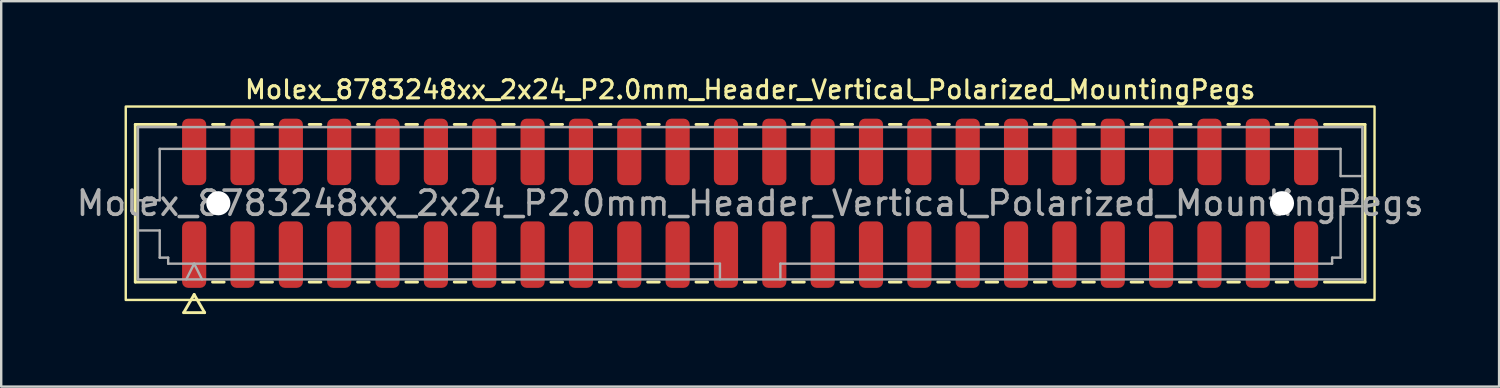
<source format=kicad_pcb>
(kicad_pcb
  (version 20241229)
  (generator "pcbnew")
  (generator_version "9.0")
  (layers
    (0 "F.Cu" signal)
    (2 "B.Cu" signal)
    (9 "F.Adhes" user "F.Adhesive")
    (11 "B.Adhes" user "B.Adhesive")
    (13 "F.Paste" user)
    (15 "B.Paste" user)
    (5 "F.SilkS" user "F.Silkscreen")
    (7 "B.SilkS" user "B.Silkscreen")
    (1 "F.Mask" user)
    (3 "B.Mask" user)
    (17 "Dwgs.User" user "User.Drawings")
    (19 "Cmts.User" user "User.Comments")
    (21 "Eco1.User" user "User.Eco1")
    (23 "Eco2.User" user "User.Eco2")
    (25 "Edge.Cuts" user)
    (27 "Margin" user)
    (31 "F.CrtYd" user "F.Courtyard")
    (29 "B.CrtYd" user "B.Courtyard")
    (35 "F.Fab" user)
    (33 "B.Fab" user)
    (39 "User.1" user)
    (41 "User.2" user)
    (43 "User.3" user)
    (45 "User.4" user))
  (footprint "Molex_8783248xx_2x24_P2.0mm_Header_Vertical_Polarized_MountingPegs"
    (layer "F.Cu")
    (at 27.982 5.358)
    (property "Reference" "Molex_8783248xx_2x24_P2.0mm_Header_Vertical_Polarized_MountingPegs" (at 0 -4.7 0) (layer "F.SilkS") (effects (font (size 0.75 0.75) (thickness 0.125))))
    (attr smd)
    (fp_line (start -25.435 -3.26) (end -23.76 -3.26) (stroke (width 0.12) (type solid)) (layer "F.SilkS"))
    (fp_line (start -25.435 3.26) (end -25.435 -3.26) (stroke (width 0.12) (type solid)) (layer "F.SilkS"))
    (fp_line (start -23.76 3.26) (end -25.435 3.26) (stroke (width 0.12) (type solid)) (layer "F.SilkS"))
    (fp_line (start -23.433 4.525) (end -23 3.775) (stroke (width 0.12) (type solid)) (layer "F.SilkS"))
    (fp_line (start -23 3.775) (end -22.567 4.525) (stroke (width 0.12) (type solid)) (layer "F.SilkS"))
    (fp_line (start -22.567 4.525) (end -23.433 4.525) (stroke (width 0.12) (type solid)) (layer "F.SilkS"))
    (fp_line (start -22.24 -3.26) (end -21.76 -3.26) (stroke (width 0.12) (type solid)) (layer "F.SilkS"))
    (fp_line (start -21.76 3.26) (end -22.24 3.26) (stroke (width 0.12) (type solid)) (layer "F.SilkS"))
    (fp_line (start -20.24 -3.26) (end -19.76 -3.26) (stroke (width 0.12) (type solid)) (layer "F.SilkS"))
    (fp_line (start -19.76 3.26) (end -20.24 3.26) (stroke (width 0.12) (type solid)) (layer "F.SilkS"))
    (fp_line (start -18.24 -3.26) (end -17.76 -3.26) (stroke (width 0.12) (type solid)) (layer "F.SilkS"))
    (fp_line (start -17.76 3.26) (end -18.24 3.26) (stroke (width 0.12) (type solid)) (layer "F.SilkS"))
    (fp_line (start -16.24 -3.26) (end -15.76 -3.26) (stroke (width 0.12) (type solid)) (layer "F.SilkS"))
    (fp_line (start -15.76 3.26) (end -16.24 3.26) (stroke (width 0.12) (type solid)) (layer "F.SilkS"))
    (fp_line (start -14.24 -3.26) (end -13.76 -3.26) (stroke (width 0.12) (type solid)) (layer "F.SilkS"))
    (fp_line (start -13.76 3.26) (end -14.24 3.26) (stroke (width 0.12) (type solid)) (layer "F.SilkS"))
    (fp_line (start -12.24 -3.26) (end -11.76 -3.26) (stroke (width 0.12) (type solid)) (layer "F.SilkS"))
    (fp_line (start -11.76 3.26) (end -12.24 3.26) (stroke (width 0.12) (type solid)) (layer "F.SilkS"))
    (fp_line (start -10.24 -3.26) (end -9.76 -3.26) (stroke (width 0.12) (type solid)) (layer "F.SilkS"))
    (fp_line (start -9.76 3.26) (end -10.24 3.26) (stroke (width 0.12) (type solid)) (layer "F.SilkS"))
    (fp_line (start -8.24 -3.26) (end -7.76 -3.26) (stroke (width 0.12) (type solid)) (layer "F.SilkS"))
    (fp_line (start -7.76 3.26) (end -8.24 3.26) (stroke (width 0.12) (type solid)) (layer "F.SilkS"))
    (fp_line (start -6.24 -3.26) (end -5.76 -3.26) (stroke (width 0.12) (type solid)) (layer "F.SilkS"))
    (fp_line (start -5.76 3.26) (end -6.24 3.26) (stroke (width 0.12) (type solid)) (layer "F.SilkS"))
    (fp_line (start -4.24 -3.26) (end -3.76 -3.26) (stroke (width 0.12) (type solid)) (layer "F.SilkS"))
    (fp_line (start -3.76 3.26) (end -4.24 3.26) (stroke (width 0.12) (type solid)) (layer "F.SilkS"))
    (fp_line (start -2.24 -3.26) (end -1.76 -3.26) (stroke (width 0.12) (type solid)) (layer "F.SilkS"))
    (fp_line (start -1.76 3.26) (end -2.24 3.26) (stroke (width 0.12) (type solid)) (layer "F.SilkS"))
    (fp_line (start -0.24 -3.26) (end 0.24 -3.26) (stroke (width 0.12) (type solid)) (layer "F.SilkS"))
    (fp_line (start 0.24 3.26) (end -0.24 3.26) (stroke (width 0.12) (type solid)) (layer "F.SilkS"))
    (fp_line (start 1.76 -3.26) (end 2.24 -3.26) (stroke (width 0.12) (type solid)) (layer "F.SilkS"))
    (fp_line (start 2.24 3.26) (end 1.76 3.26) (stroke (width 0.12) (type solid)) (layer "F.SilkS"))
    (fp_line (start 3.76 -3.26) (end 4.24 -3.26) (stroke (width 0.12) (type solid)) (layer "F.SilkS"))
    (fp_line (start 4.24 3.26) (end 3.76 3.26) (stroke (width 0.12) (type solid)) (layer "F.SilkS"))
    (fp_line (start 5.76 -3.26) (end 6.24 -3.26) (stroke (width 0.12) (type solid)) (layer "F.SilkS"))
    (fp_line (start 6.24 3.26) (end 5.76 3.26) (stroke (width 0.12) (type solid)) (layer "F.SilkS"))
    (fp_line (start 7.76 -3.26) (end 8.24 -3.26) (stroke (width 0.12) (type solid)) (layer "F.SilkS"))
    (fp_line (start 8.24 3.26) (end 7.76 3.26) (stroke (width 0.12) (type solid)) (layer "F.SilkS"))
    (fp_line (start 9.76 -3.26) (end 10.24 -3.26) (stroke (width 0.12) (type solid)) (layer "F.SilkS"))
    (fp_line (start 10.24 3.26) (end 9.76 3.26) (stroke (width 0.12) (type solid)) (layer "F.SilkS"))
    (fp_line (start 11.76 -3.26) (end 12.24 -3.26) (stroke (width 0.12) (type solid)) (layer "F.SilkS"))
    (fp_line (start 12.24 3.26) (end 11.76 3.26) (stroke (width 0.12) (type solid)) (layer "F.SilkS"))
    (fp_line (start 13.76 -3.26) (end 14.24 -3.26) (stroke (width 0.12) (type solid)) (layer "F.SilkS"))
    (fp_line (start 14.24 3.26) (end 13.76 3.26) (stroke (width 0.12) (type solid)) (layer "F.SilkS"))
    (fp_line (start 15.76 -3.26) (end 16.24 -3.26) (stroke (width 0.12) (type solid)) (layer "F.SilkS"))
    (fp_line (start 16.24 3.26) (end 15.76 3.26) (stroke (width 0.12) (type solid)) (layer "F.SilkS"))
    (fp_line (start 17.76 -3.26) (end 18.24 -3.26) (stroke (width 0.12) (type solid)) (layer "F.SilkS"))
    (fp_line (start 18.24 3.26) (end 17.76 3.26) (stroke (width 0.12) (type solid)) (layer "F.SilkS"))
    (fp_line (start 19.76 -3.26) (end 20.24 -3.26) (stroke (width 0.12) (type solid)) (layer "F.SilkS"))
    (fp_line (start 20.24 3.26) (end 19.76 3.26) (stroke (width 0.12) (type solid)) (layer "F.SilkS"))
    (fp_line (start 21.76 -3.26) (end 22.24 -3.26) (stroke (width 0.12) (type solid)) (layer "F.SilkS"))
    (fp_line (start 22.24 3.26) (end 21.76 3.26) (stroke (width 0.12) (type solid)) (layer "F.SilkS"))
    (fp_line (start 23.76 -3.26) (end 25.435 -3.26) (stroke (width 0.12) (type solid)) (layer "F.SilkS"))
    (fp_line (start 25.435 -3.26) (end 25.435 3.26) (stroke (width 0.12) (type solid)) (layer "F.SilkS"))
    (fp_line (start 25.435 3.26) (end 23.76 3.26) (stroke (width 0.12) (type solid)) (layer "F.SilkS"))
    (fp_rect (start -25.83 -4) (end 25.83 4) (stroke (width 0.1) (type solid)) (fill no) (layer "F.SilkS"))
    (fp_line (start -25.325 -3.15) (end 25.325 -3.15) (stroke (width 0.1) (type solid)) (layer "F.Fab"))
    (fp_line (start -25.325 -0.125) (end -24.425 -0.125) (stroke (width 0.1) (type solid)) (layer "F.Fab"))
    (fp_line (start -25.325 1.125) (end -24.425 1.125) (stroke (width 0.1) (type solid)) (layer "F.Fab"))
    (fp_line (start -25.325 3.15) (end -25.325 -3.15) (stroke (width 0.1) (type solid)) (layer "F.Fab"))
    (fp_line (start -24.425 -2.25) (end 24.425 -2.25) (stroke (width 0.1) (type solid)) (layer "F.Fab"))
    (fp_line (start -24.425 -0.125) (end -24.425 -2.25) (stroke (width 0.1) (type solid)) (layer "F.Fab"))
    (fp_line (start -24.425 1.125) (end -24.425 2.25) (stroke (width 0.1) (type solid)) (layer "F.Fab"))
    (fp_line (start -24.425 2.25) (end -24.075 2.25) (stroke (width 0.1) (type solid)) (layer "F.Fab"))
    (fp_line (start -24.075 2.25) (end -24.075 2.5) (stroke (width 0.1) (type solid)) (layer "F.Fab"))
    (fp_line (start -24.075 2.5) (end -1.25 2.5) (stroke (width 0.1) (type solid)) (layer "F.Fab"))
    (fp_line (start -23.325 3.15) (end -23 2.5) (stroke (width 0.1) (type solid)) (layer "F.Fab"))
    (fp_line (start -23 2.5) (end -22.675 3.15) (stroke (width 0.1) (type solid)) (layer "F.Fab"))
    (fp_line (start -1.25 2.5) (end -1.25 3.15) (stroke (width 0.1) (type solid)) (layer "F.Fab"))
    (fp_line (start 1.25 2.5) (end 1.25 3.15) (stroke (width 0.1) (type solid)) (layer "F.Fab"))
    (fp_line (start 1.25 2.5) (end 24.075 2.5) (stroke (width 0.1) (type solid)) (layer "F.Fab"))
    (fp_line (start 24.075 2.25) (end 24.425 2.25) (stroke (width 0.1) (type solid)) (layer "F.Fab"))
    (fp_line (start 24.075 2.5) (end 24.075 2.25) (stroke (width 0.1) (type solid)) (layer "F.Fab"))
    (fp_line (start 24.425 -2.25) (end 24.425 -1.125) (stroke (width 0.1) (type solid)) (layer "F.Fab"))
    (fp_line (start 24.425 -1.125) (end 25.325 -1.125) (stroke (width 0.1) (type solid)) (layer "F.Fab"))
    (fp_line (start 24.425 0.125) (end 25.325 0.125) (stroke (width 0.1) (type solid)) (layer "F.Fab"))
    (fp_line (start 24.425 2.25) (end 24.425 0.125) (stroke (width 0.1) (type solid)) (layer "F.Fab"))
    (fp_line (start 25.325 -3.15) (end 25.325 3.15) (stroke (width 0.1) (type solid)) (layer "F.Fab"))
    (fp_line (start 25.325 3.15) (end -25.325 3.15) (stroke (width 0.1) (type solid)) (layer "F.Fab"))
    (fp_text user "${REFERENCE}" (at 0 0 0) (layer "F.Fab") (effects (font (size 1 1) (thickness 0.15))))
    (pad "" np_thru_hole circle (at -22 0) (size 1 1) (drill 1) (layers "*.Cu" "*.Mask"))
    (pad "" np_thru_hole circle (at 22 0) (size 1 1) (drill 1) (layers "*.Cu" "*.Mask"))
    (pad "1" smd roundrect (at -23 2.125) (size 1 2.75) (layers "F.Cu" "F.Mask" "F.Paste") (roundrect_rratio 0.25))
    (pad "2" smd roundrect (at -23 -2.125) (size 1 2.75) (layers "F.Cu" "F.Mask" "F.Paste") (roundrect_rratio 0.25))
    (pad "3" smd roundrect (at -21 2.125) (size 1 2.75) (layers "F.Cu" "F.Mask" "F.Paste") (roundrect_rratio 0.25))
    (pad "4" smd roundrect (at -21 -2.125) (size 1 2.75) (layers "F.Cu" "F.Mask" "F.Paste") (roundrect_rratio 0.25))
    (pad "5" smd roundrect (at -19 2.125) (size 1 2.75) (layers "F.Cu" "F.Mask" "F.Paste") (roundrect_rratio 0.25))
    (pad "6" smd roundrect (at -19 -2.125) (size 1 2.75) (layers "F.Cu" "F.Mask" "F.Paste") (roundrect_rratio 0.25))
    (pad "7" smd roundrect (at -17 2.125) (size 1 2.75) (layers "F.Cu" "F.Mask" "F.Paste") (roundrect_rratio 0.25))
    (pad "8" smd roundrect (at -17 -2.125) (size 1 2.75) (layers "F.Cu" "F.Mask" "F.Paste") (roundrect_rratio 0.25))
    (pad "9" smd roundrect (at -15 2.125) (size 1 2.75) (layers "F.Cu" "F.Mask" "F.Paste") (roundrect_rratio 0.25))
    (pad "10" smd roundrect (at -15 -2.125) (size 1 2.75) (layers "F.Cu" "F.Mask" "F.Paste") (roundrect_rratio 0.25))
    (pad "11" smd roundrect (at -13 2.125) (size 1 2.75) (layers "F.Cu" "F.Mask" "F.Paste") (roundrect_rratio 0.25))
    (pad "12" smd roundrect (at -13 -2.125) (size 1 2.75) (layers "F.Cu" "F.Mask" "F.Paste") (roundrect_rratio 0.25))
    (pad "13" smd roundrect (at -11 2.125) (size 1 2.75) (layers "F.Cu" "F.Mask" "F.Paste") (roundrect_rratio 0.25))
    (pad "14" smd roundrect (at -11 -2.125) (size 1 2.75) (layers "F.Cu" "F.Mask" "F.Paste") (roundrect_rratio 0.25))
    (pad "15" smd roundrect (at -9 2.125) (size 1 2.75) (layers "F.Cu" "F.Mask" "F.Paste") (roundrect_rratio 0.25))
    (pad "16" smd roundrect (at -9 -2.125) (size 1 2.75) (layers "F.Cu" "F.Mask" "F.Paste") (roundrect_rratio 0.25))
    (pad "17" smd roundrect (at -7 2.125) (size 1 2.75) (layers "F.Cu" "F.Mask" "F.Paste") (roundrect_rratio 0.25))
    (pad "18" smd roundrect (at -7 -2.125) (size 1 2.75) (layers "F.Cu" "F.Mask" "F.Paste") (roundrect_rratio 0.25))
    (pad "19" smd roundrect (at -5 2.125) (size 1 2.75) (layers "F.Cu" "F.Mask" "F.Paste") (roundrect_rratio 0.25))
    (pad "20" smd roundrect (at -5 -2.125) (size 1 2.75) (layers "F.Cu" "F.Mask" "F.Paste") (roundrect_rratio 0.25))
    (pad "21" smd roundrect (at -3 2.125) (size 1 2.75) (layers "F.Cu" "F.Mask" "F.Paste") (roundrect_rratio 0.25))
    (pad "22" smd roundrect (at -3 -2.125) (size 1 2.75) (layers "F.Cu" "F.Mask" "F.Paste") (roundrect_rratio 0.25))
    (pad "23" smd roundrect (at -1 2.125) (size 1 2.75) (layers "F.Cu" "F.Mask" "F.Paste") (roundrect_rratio 0.25))
    (pad "24" smd roundrect (at -1 -2.125) (size 1 2.75) (layers "F.Cu" "F.Mask" "F.Paste") (roundrect_rratio 0.25))
    (pad "25" smd roundrect (at 1 2.125) (size 1 2.75) (layers "F.Cu" "F.Mask" "F.Paste") (roundrect_rratio 0.25))
    (pad "26" smd roundrect (at 1 -2.125) (size 1 2.75) (layers "F.Cu" "F.Mask" "F.Paste") (roundrect_rratio 0.25))
    (pad "27" smd roundrect (at 3 2.125) (size 1 2.75) (layers "F.Cu" "F.Mask" "F.Paste") (roundrect_rratio 0.25))
    (pad "28" smd roundrect (at 3 -2.125) (size 1 2.75) (layers "F.Cu" "F.Mask" "F.Paste") (roundrect_rratio 0.25))
    (pad "29" smd roundrect (at 5 2.125) (size 1 2.75) (layers "F.Cu" "F.Mask" "F.Paste") (roundrect_rratio 0.25))
    (pad "30" smd roundrect (at 5 -2.125) (size 1 2.75) (layers "F.Cu" "F.Mask" "F.Paste") (roundrect_rratio 0.25))
    (pad "31" smd roundrect (at 7 2.125) (size 1 2.75) (layers "F.Cu" "F.Mask" "F.Paste") (roundrect_rratio 0.25))
    (pad "32" smd roundrect (at 7 -2.125) (size 1 2.75) (layers "F.Cu" "F.Mask" "F.Paste") (roundrect_rratio 0.25))
    (pad "33" smd roundrect (at 9 2.125) (size 1 2.75) (layers "F.Cu" "F.Mask" "F.Paste") (roundrect_rratio 0.25))
    (pad "34" smd roundrect (at 9 -2.125) (size 1 2.75) (layers "F.Cu" "F.Mask" "F.Paste") (roundrect_rratio 0.25))
    (pad "35" smd roundrect (at 11 2.125) (size 1 2.75) (layers "F.Cu" "F.Mask" "F.Paste") (roundrect_rratio 0.25))
    (pad "36" smd roundrect (at 11 -2.125) (size 1 2.75) (layers "F.Cu" "F.Mask" "F.Paste") (roundrect_rratio 0.25))
    (pad "37" smd roundrect (at 13 2.125) (size 1 2.75) (layers "F.Cu" "F.Mask" "F.Paste") (roundrect_rratio 0.25))
    (pad "38" smd roundrect (at 13 -2.125) (size 1 2.75) (layers "F.Cu" "F.Mask" "F.Paste") (roundrect_rratio 0.25))
    (pad "39" smd roundrect (at 15 2.125) (size 1 2.75) (layers "F.Cu" "F.Mask" "F.Paste") (roundrect_rratio 0.25))
    (pad "40" smd roundrect (at 15 -2.125) (size 1 2.75) (layers "F.Cu" "F.Mask" "F.Paste") (roundrect_rratio 0.25))
    (pad "41" smd roundrect (at 17 2.125) (size 1 2.75) (layers "F.Cu" "F.Mask" "F.Paste") (roundrect_rratio 0.25))
    (pad "42" smd roundrect (at 17 -2.125) (size 1 2.75) (layers "F.Cu" "F.Mask" "F.Paste") (roundrect_rratio 0.25))
    (pad "43" smd roundrect (at 19 2.125) (size 1 2.75) (layers "F.Cu" "F.Mask" "F.Paste") (roundrect_rratio 0.25))
    (pad "44" smd roundrect (at 19 -2.125) (size 1 2.75) (layers "F.Cu" "F.Mask" "F.Paste") (roundrect_rratio 0.25))
    (pad "45" smd roundrect (at 21 2.125) (size 1 2.75) (layers "F.Cu" "F.Mask" "F.Paste") (roundrect_rratio 0.25))
    (pad "46" smd roundrect (at 21 -2.125) (size 1 2.75) (layers "F.Cu" "F.Mask" "F.Paste") (roundrect_rratio 0.25))
    (pad "47" smd roundrect (at 23 2.125) (size 1 2.75) (layers "F.Cu" "F.Mask" "F.Paste") (roundrect_rratio 0.25))
    (pad "48" smd roundrect (at 23 -2.125) (size 1 2.75) (layers "F.Cu" "F.Mask" "F.Paste") (roundrect_rratio 0.25)))
  (gr_rect
    (start -3 -3)
    (end 58.964 12.943)
    (stroke (width 0.1) (type default))
    (fill no)
    (layer "Edge.Cuts")))
</source>
